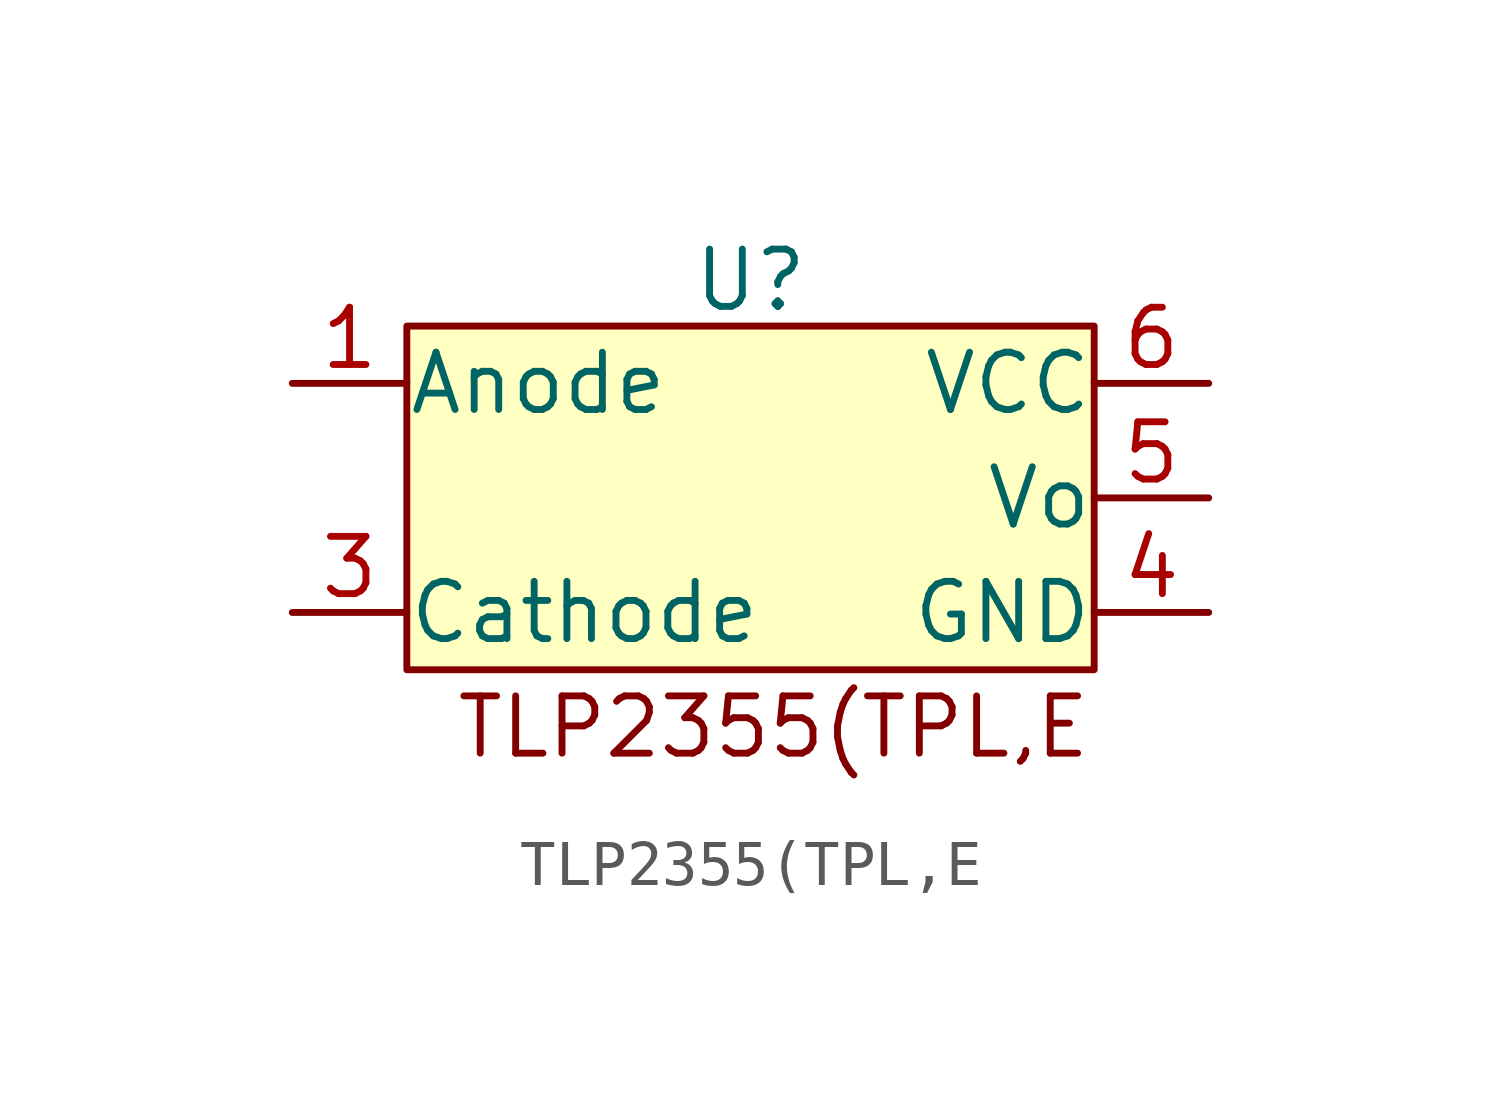
<source format=kicad_sym>
(kicad_symbol_lib
  (version 20231120)
  (generator "kicad_symbol_editor")
  (generator_version "8.0")
  (symbol "TLP2355(TPL,E"
    (pin_names
      (offset 0.002))
    (property "Reference" "U"
      (at 0 4.826 0)
      (do_not_autoplace)
      (effects (font (size 1.27 1.27))))
    (property "Value" ""
      (at 0 2.54 0)
      (effects (font (size 1.27 1.27))))
    (symbol "TLP2355(TPL,E_1_1"
      (rectangle (start -7.62 3.81) (end 7.62 -3.81) (stroke (width 0) (type default)) (fill (type background)))
      (text "TLP2355(TPL,E" (at 0.508 -5.08 0) (effects (font (size 1.27 1.27))))
      (pin input line (at -10.16 2.54 0) (length 2.54) (name "Anode" (effects (font (size 1.27 1.27)))) (number "1" (effects (font (size 1.27 1.27)))))
      (pin input line (at -10.16 -2.54 0) (length 2.54) (name "Cathode" (effects (font (size 1.27 1.27)))) (number "3" (effects (font (size 1.27 1.27)))))
      (pin input line (at 10.16 -2.54 180) (length 2.54) (name "GND" (effects (font (size 1.27 1.27)))) (number "4" (effects (font (size 1.27 1.27)))))
      (pin output line (at 10.16 0 180) (length 2.54) (name "Vo" (effects (font (size 1.27 1.27)))) (number "5" (effects (font (size 1.27 1.27)))))
      (pin input line (at 10.16 2.54 180) (length 2.54) (name "VCC" (effects (font (size 1.27 1.27)))) (number "6" (effects (font (size 1.27 1.27))))))))
</source>
